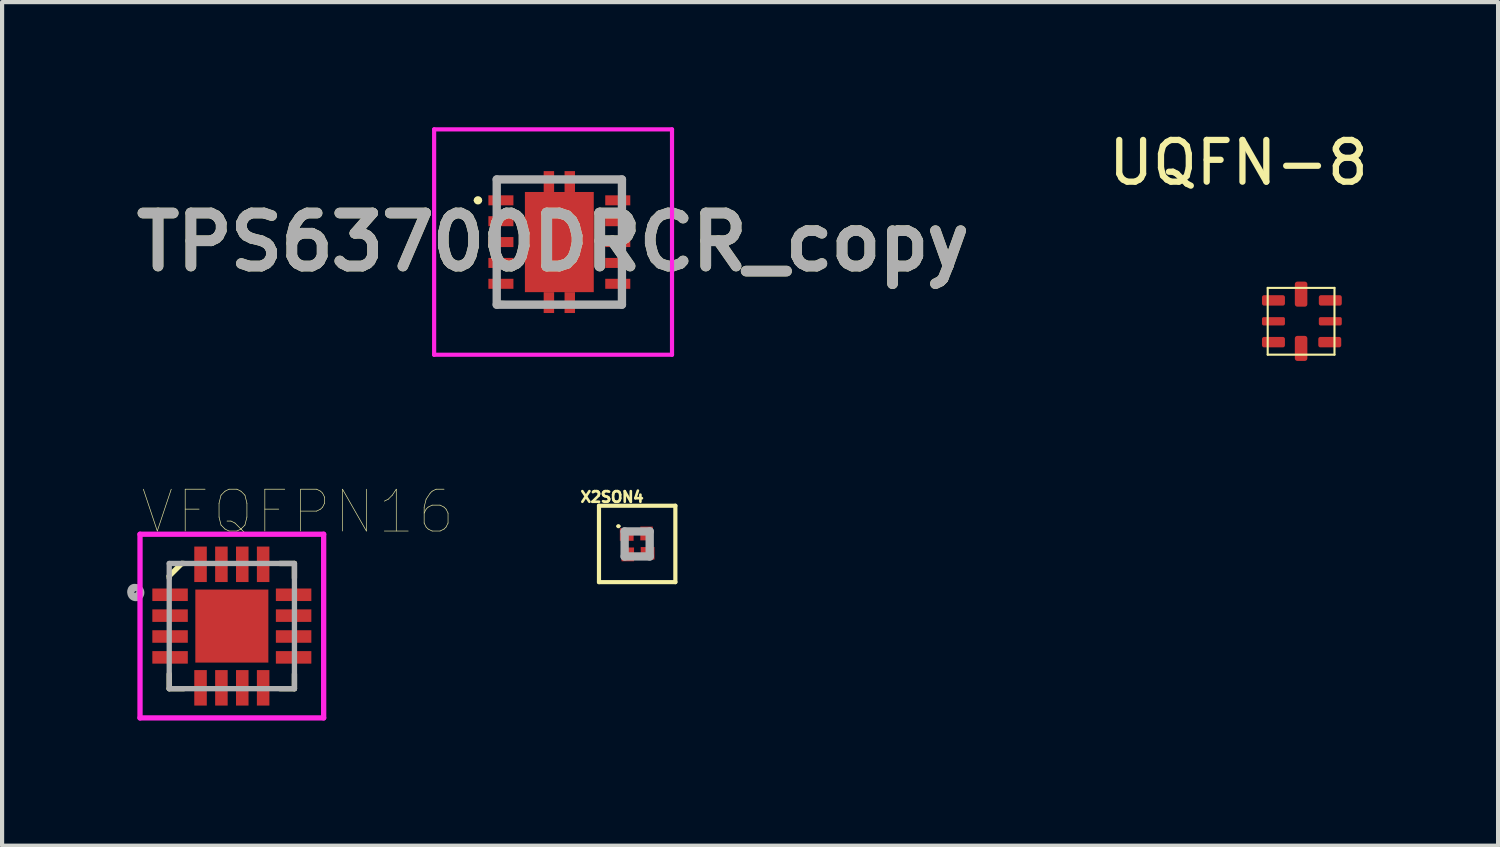
<source format=kicad_pcb>
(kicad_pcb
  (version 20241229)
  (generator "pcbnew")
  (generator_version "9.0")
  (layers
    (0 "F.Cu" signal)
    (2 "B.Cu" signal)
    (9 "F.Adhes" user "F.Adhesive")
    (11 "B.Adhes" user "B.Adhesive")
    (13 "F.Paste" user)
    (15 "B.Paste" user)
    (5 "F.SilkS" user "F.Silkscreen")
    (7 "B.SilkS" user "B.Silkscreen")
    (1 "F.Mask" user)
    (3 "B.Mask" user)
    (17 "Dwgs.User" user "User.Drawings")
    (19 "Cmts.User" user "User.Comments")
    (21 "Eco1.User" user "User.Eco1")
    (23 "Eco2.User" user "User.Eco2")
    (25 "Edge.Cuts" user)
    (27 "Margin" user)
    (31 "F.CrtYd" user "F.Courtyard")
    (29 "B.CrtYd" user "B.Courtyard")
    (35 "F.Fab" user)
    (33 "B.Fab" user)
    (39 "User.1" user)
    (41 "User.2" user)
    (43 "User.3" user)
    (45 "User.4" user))
  (footprint "TPS63700DRCR_copy"
    (layer "F.Cu")
    (at 10.352 2.75)
    (property "Reference" "TPS63700DRCR_copy" (at -0.15 0 0) (layer "F.SilkS") (effects (font (size 1.27 1.27) (thickness 0.254))))
    (attr smd)
    (fp_line (start -2 -1) (end -2 -1) (stroke (width 0.1) (type solid)) (layer "F.SilkS"))
    (fp_line (start -1.9 -1) (end -1.9 -1) (stroke (width 0.1) (type solid)) (layer "F.SilkS"))
    (fp_line (start -0.6 1.5) (end -1.5 1.45) (stroke (width 0.1) (type solid)) (layer "F.SilkS"))
    (fp_line (start 0.6 -1.5) (end 1.5 -1.5) (stroke (width 0.1) (type solid)) (layer "F.SilkS"))
    (fp_arc (start -2 -1) (mid -1.95 -1.05) (end -1.9 -1) (stroke (width 0.1) (type solid)) (layer "F.SilkS"))
    (fp_arc (start -1.9 -1) (mid -1.95 -0.95) (end -2 -1) (stroke (width 0.1) (type solid)) (layer "F.SilkS"))
    (fp_line (start -3 -2.7) (end 2.7 -2.7) (stroke (width 0.1) (type solid)) (layer "F.CrtYd"))
    (fp_line (start -3 2.7) (end -3 -2.7) (stroke (width 0.1) (type solid)) (layer "F.CrtYd"))
    (fp_line (start 2.7 -2.7) (end 2.7 2.7) (stroke (width 0.1) (type solid)) (layer "F.CrtYd"))
    (fp_line (start 2.7 2.7) (end -3 2.7) (stroke (width 0.1) (type solid)) (layer "F.CrtYd"))
    (fp_line (start -1.5 -1.5) (end 1.5 -1.5) (stroke (width 0.2) (type solid)) (layer "F.Fab"))
    (fp_line (start -1.5 1.5) (end -1.5 -1.5) (stroke (width 0.2) (type solid)) (layer "F.Fab"))
    (fp_line (start 1.5 -1.5) (end 1.5 1.5) (stroke (width 0.2) (type solid)) (layer "F.Fab"))
    (fp_line (start 1.5 1.5) (end -1.5 1.5) (stroke (width 0.2) (type solid)) (layer "F.Fab"))
    (fp_text user "${REFERENCE}" (at -0.15 0 0) (layer "F.Fab") (effects (font (size 1.27 1.27) (thickness 0.254))))
    (pad "1" smd rect (at -1.4 -1 90) (size 0.24 0.6) (layers "F.Cu" "F.Mask" "F.Paste"))
    (pad "2" smd rect (at -1.4 -0.5 90) (size 0.24 0.6) (layers "F.Cu" "F.Mask" "F.Paste"))
    (pad "3" smd rect (at -1.4 0 90) (size 0.24 0.6) (layers "F.Cu" "F.Mask" "F.Paste"))
    (pad "4" smd rect (at -1.4 0.5 90) (size 0.24 0.6) (layers "F.Cu" "F.Mask" "F.Paste"))
    (pad "5" smd rect (at -1.4 1 90) (size 0.24 0.6) (layers "F.Cu" "F.Mask" "F.Paste"))
    (pad "6" smd rect (at 1.4 1 90) (size 0.24 0.6) (layers "F.Cu" "F.Mask" "F.Paste"))
    (pad "7" smd rect (at 1.4 0.5 90) (size 0.24 0.6) (layers "F.Cu" "F.Mask" "F.Paste"))
    (pad "8" smd rect (at 1.4 0 90) (size 0.24 0.6) (layers "F.Cu" "F.Mask" "F.Paste"))
    (pad "9" smd rect (at 1.4 -0.5 90) (size 0.24 0.6) (layers "F.Cu" "F.Mask" "F.Paste"))
    (pad "10" smd rect (at 1.4 -1 90) (size 0.24 0.6) (layers "F.Cu" "F.Mask" "F.Paste"))
    (pad "11" smd rect (at 0 0) (size 1.65 2.4) (layers "F.Cu" "F.Mask" "F.Paste"))
    (pad "12" smd rect (at -0.25 1.45) (size 0.25 0.5) (layers "F.Cu" "F.Mask" "F.Paste"))
    (pad "13" smd rect (at -0.25 -1.45) (size 0.25 0.5) (layers "F.Cu" "F.Mask" "F.Paste"))
    (pad "14" smd rect (at 0.25 1.45) (size 0.25 0.5) (layers "F.Cu" "F.Mask" "F.Paste"))
    (pad "15" smd rect (at 0.25 -1.45) (size 0.25 0.5) (layers "F.Cu" "F.Mask" "F.Paste")))
  (footprint "UQFN-8"
    (layer "F.Cu")
    (at 27.35 3.873)
    (property "Reference" "UQFN-8" (at -0.725 -3.025 0) (layer "F.SilkS") (effects (font (size 1 1) (thickness 0.15))))
    (attr through_hole)
    (fp_line (start -0.025 -0.025) (end 1.575 -0.025) (stroke (width 0.05) (type solid)) (layer "F.SilkS"))
    (fp_line (start -0.025 1.575) (end -0.025 -0.025) (stroke (width 0.05) (type solid)) (layer "F.SilkS"))
    (fp_line (start 1.575 -0.025) (end 1.575 1.575) (stroke (width 0.05) (type solid)) (layer "F.SilkS"))
    (fp_line (start 1.575 1.575) (end -0.025 1.575) (stroke (width 0.05) (type solid)) (layer "F.SilkS"))
    (pad "1" smd roundrect (at 0.113 0.275) (size 0.55 0.25) (layers "F.Cu" "F.Mask" "F.Paste") (roundrect_rratio 0.2))
    (pad "2" smd roundrect (at 0.113 0.775) (size 0.55 0.2) (layers "F.Cu" "F.Mask" "F.Paste") (roundrect_rratio 0.2))
    (pad "3" smd roundrect (at 0.113 1.275) (size 0.55 0.25) (layers "F.Cu" "F.Mask" "F.Paste") (roundrect_rratio 0.2))
    (pad "4" smd roundrect (at 0.775 1.425) (size 0.3 0.6) (layers "F.Cu" "F.Mask" "F.Paste") (roundrect_rratio 0.2))
    (pad "5" smd roundrect (at 1.462 1.275) (size 0.55 0.25) (layers "F.Cu" "F.Mask" "F.Paste") (roundrect_rratio 0.2))
    (pad "6" smd roundrect (at 1.475 0.775) (size 0.55 0.2) (layers "F.Cu" "F.Mask" "F.Paste") (roundrect_rratio 0.2))
    (pad "7" smd roundrect (at 1.475 0.275) (size 0.55 0.25) (layers "F.Cu" "F.Mask" "F.Paste") (roundrect_rratio 0.2))
    (pad "8" smd roundrect (at 0.775 0.125) (size 0.3 0.6) (layers "F.Cu" "F.Mask" "F.Paste") (roundrect_rratio 0.2)))
  (footprint "X2SON4"
    (layer "F.Cu")
    (at 12.217 9.983)
    (property "Reference" "X2SON4" (at -0.6 -1.125 0) (layer "F.SilkS") (effects (font (size 0.254 0.254) (thickness 0.064))))
    (attr smd)
    (fp_line (start -0.915 -0.915) (end 0.915 -0.915) (stroke (width 0.1) (type solid)) (layer "F.SilkS"))
    (fp_line (start -0.915 0.915) (end -0.915 -0.915) (stroke (width 0.1) (type solid)) (layer "F.SilkS"))
    (fp_line (start -0.425 -0.425) (end -0.425 -0.425) (stroke (width 0.05) (type solid)) (layer "F.SilkS"))
    (fp_line (start 0.915 -0.915) (end 0.915 0.915) (stroke (width 0.1) (type solid)) (layer "F.SilkS"))
    (fp_line (start 0.915 0.915) (end -0.915 0.915) (stroke (width 0.1) (type solid)) (layer "F.SilkS"))
    (fp_arc (start -0.475 -0.425) (mid -0.45 -0.45) (end -0.425 -0.425) (stroke (width 0.05) (type solid)) (layer "F.SilkS"))
    (fp_arc (start -0.425 -0.425) (mid -0.45 -0.4) (end -0.475 -0.425) (stroke (width 0.05) (type solid)) (layer "F.SilkS"))
    (fp_line (start -0.3 -0.3) (end 0.3 -0.3) (stroke (width 0.2) (type solid)) (layer "F.Fab"))
    (fp_line (start -0.3 0.3) (end -0.3 -0.3) (stroke (width 0.2) (type solid)) (layer "F.Fab"))
    (fp_line (start 0.3 -0.3) (end 0.3 0.3) (stroke (width 0.2) (type solid)) (layer "F.Fab"))
    (fp_line (start 0.3 0.3) (end -0.3 0.3) (stroke (width 0.2) (type solid)) (layer "F.Fab"))
    (pad "1" smd rect (at -0.25 -0.225 90) (size 0.3 0.33) (layers "F.Cu" "F.Mask" "F.Paste"))
    (pad "2" smd rect (at -0.225 0.25) (size 0.3 0.33) (layers "F.Cu" "F.Mask" "F.Paste"))
    (pad "3" smd rect (at 0.25 0.225 90) (size 0.3 0.33) (layers "F.Cu" "F.Mask" "F.Paste"))
    (pad "4" smd rect (at 0.225 -0.25) (size 0.3 0.33) (layers "F.Cu" "F.Mask" "F.Paste")))
  (footprint "VFQFPN16"
    (layer "F.Cu")
    (at 2.505 11.951)
    (property "Reference" "VFQFPN16" (at 1.578 -2.74 0) (layer "F.SilkS") (effects (font (size 1.002 1.002) (thickness 0.015))))
    (attr through_hole)
    (fp_line (start -1.5 -1.2) (end -1.2 -1.5) (stroke (width 0.127) (type solid)) (layer "F.SilkS"))
    (fp_line (start -1.5 -1.15) (end -1.5 -1.2) (stroke (width 0.127) (type solid)) (layer "F.SilkS"))
    (fp_line (start -1.5 1.15) (end -1.5 1.5) (stroke (width 0.127) (type solid)) (layer "F.SilkS"))
    (fp_line (start -1.5 1.5) (end -1.15 1.5) (stroke (width 0.127) (type solid)) (layer "F.SilkS"))
    (fp_line (start -1.2 -1.5) (end -1.15 -1.5) (stroke (width 0.127) (type solid)) (layer "F.SilkS"))
    (fp_line (start 1.15 -1.5) (end 1.5 -1.5) (stroke (width 0.127) (type solid)) (layer "F.SilkS"))
    (fp_line (start 1.5 -1.5) (end 1.5 -1.15) (stroke (width 0.127) (type solid)) (layer "F.SilkS"))
    (fp_line (start 1.5 1.15) (end 1.5 1.5) (stroke (width 0.127) (type solid)) (layer "F.SilkS"))
    (fp_line (start 1.5 1.5) (end 1.15 1.5) (stroke (width 0.127) (type solid)) (layer "F.SilkS"))
    (fp_line (start -2.2 -2.2) (end -2.2 2.2) (stroke (width 0.127) (type solid)) (layer "F.CrtYd"))
    (fp_line (start -2.2 2.2) (end 2.2 2.2) (stroke (width 0.127) (type solid)) (layer "F.CrtYd"))
    (fp_line (start 2.2 -2.2) (end -2.2 -2.2) (stroke (width 0.127) (type solid)) (layer "F.CrtYd"))
    (fp_line (start 2.2 2.2) (end 2.2 -2.2) (stroke (width 0.127) (type solid)) (layer "F.CrtYd"))
    (fp_line (start -1.5 -1.5) (end 1.5 -1.5) (stroke (width 0.127) (type solid)) (layer "F.Fab"))
    (fp_line (start -1.5 1.5) (end -1.5 -1.5) (stroke (width 0.127) (type solid)) (layer "F.Fab"))
    (fp_line (start 1.5 -1.48) (end 1.5 1.5) (stroke (width 0.127) (type solid)) (layer "F.Fab"))
    (fp_line (start 1.5 1.5) (end -1.5 1.5) (stroke (width 0.127) (type solid)) (layer "F.Fab"))
    (fp_circle (center -2.33 -0.84) (end -2.285 -0.84) (stroke (width 0.127) (type solid)) (fill no) (layer "F.Fab"))
    (fp_circle (center -2.3 -0.8) (end -2.2 -0.8) (stroke (width 0.127) (type solid)) (fill no) (layer "F.Fab"))
    (fp_circle (center -2.3 -0.8) (end -2.159 -0.8) (stroke (width 0.127) (type solid)) (fill no) (layer "F.Fab"))
    (pad "1" smd rect (at -1.48 -0.75) (size 0.85 0.3) (layers "F.Cu" "F.Mask" "F.Paste"))
    (pad "2" smd rect (at -1.48 -0.25) (size 0.85 0.3) (layers "F.Cu" "F.Mask" "F.Paste"))
    (pad "3" smd rect (at -1.48 0.25) (size 0.85 0.3) (layers "F.Cu" "F.Mask" "F.Paste"))
    (pad "4" smd rect (at -1.48 0.75) (size 0.85 0.3) (layers "F.Cu" "F.Mask" "F.Paste"))
    (pad "5" smd rect (at -0.75 1.48) (size 0.3 0.85) (layers "F.Cu" "F.Mask" "F.Paste"))
    (pad "6" smd rect (at -0.25 1.48) (size 0.3 0.85) (layers "F.Cu" "F.Mask" "F.Paste"))
    (pad "7" smd rect (at 0.25 1.48) (size 0.3 0.85) (layers "F.Cu" "F.Mask" "F.Paste"))
    (pad "8" smd rect (at 0.75 1.48) (size 0.3 0.85) (layers "F.Cu" "F.Mask" "F.Paste"))
    (pad "9" smd rect (at 1.48 0.75) (size 0.85 0.3) (layers "F.Cu" "F.Mask" "F.Paste"))
    (pad "10" smd rect (at 1.48 0.25) (size 0.85 0.3) (layers "F.Cu" "F.Mask" "F.Paste"))
    (pad "11" smd rect (at 1.48 -0.25) (size 0.85 0.3) (layers "F.Cu" "F.Mask" "F.Paste"))
    (pad "12" smd rect (at 1.48 -0.75) (size 0.85 0.3) (layers "F.Cu" "F.Mask" "F.Paste"))
    (pad "13" smd rect (at 0.75 -1.48) (size 0.3 0.85) (layers "F.Cu" "F.Mask" "F.Paste"))
    (pad "14" smd rect (at 0.25 -1.48) (size 0.3 0.85) (layers "F.Cu" "F.Mask" "F.Paste"))
    (pad "15" smd rect (at -0.25 -1.48) (size 0.3 0.85) (layers "F.Cu" "F.Mask" "F.Paste"))
    (pad "16" smd rect (at -0.75 -1.48) (size 0.3 0.85) (layers "F.Cu" "F.Mask" "F.Paste"))
    (pad "17" smd rect (at 0 0) (size 1.75 1.75) (layers "F.Cu" "F.Mask" "F.Paste")))
  (gr_rect
    (start -3 -3)
    (end 32.845 17.214)
    (stroke (width 0.1) (type default))
    (fill no)
    (layer "Edge.Cuts")))
</source>
